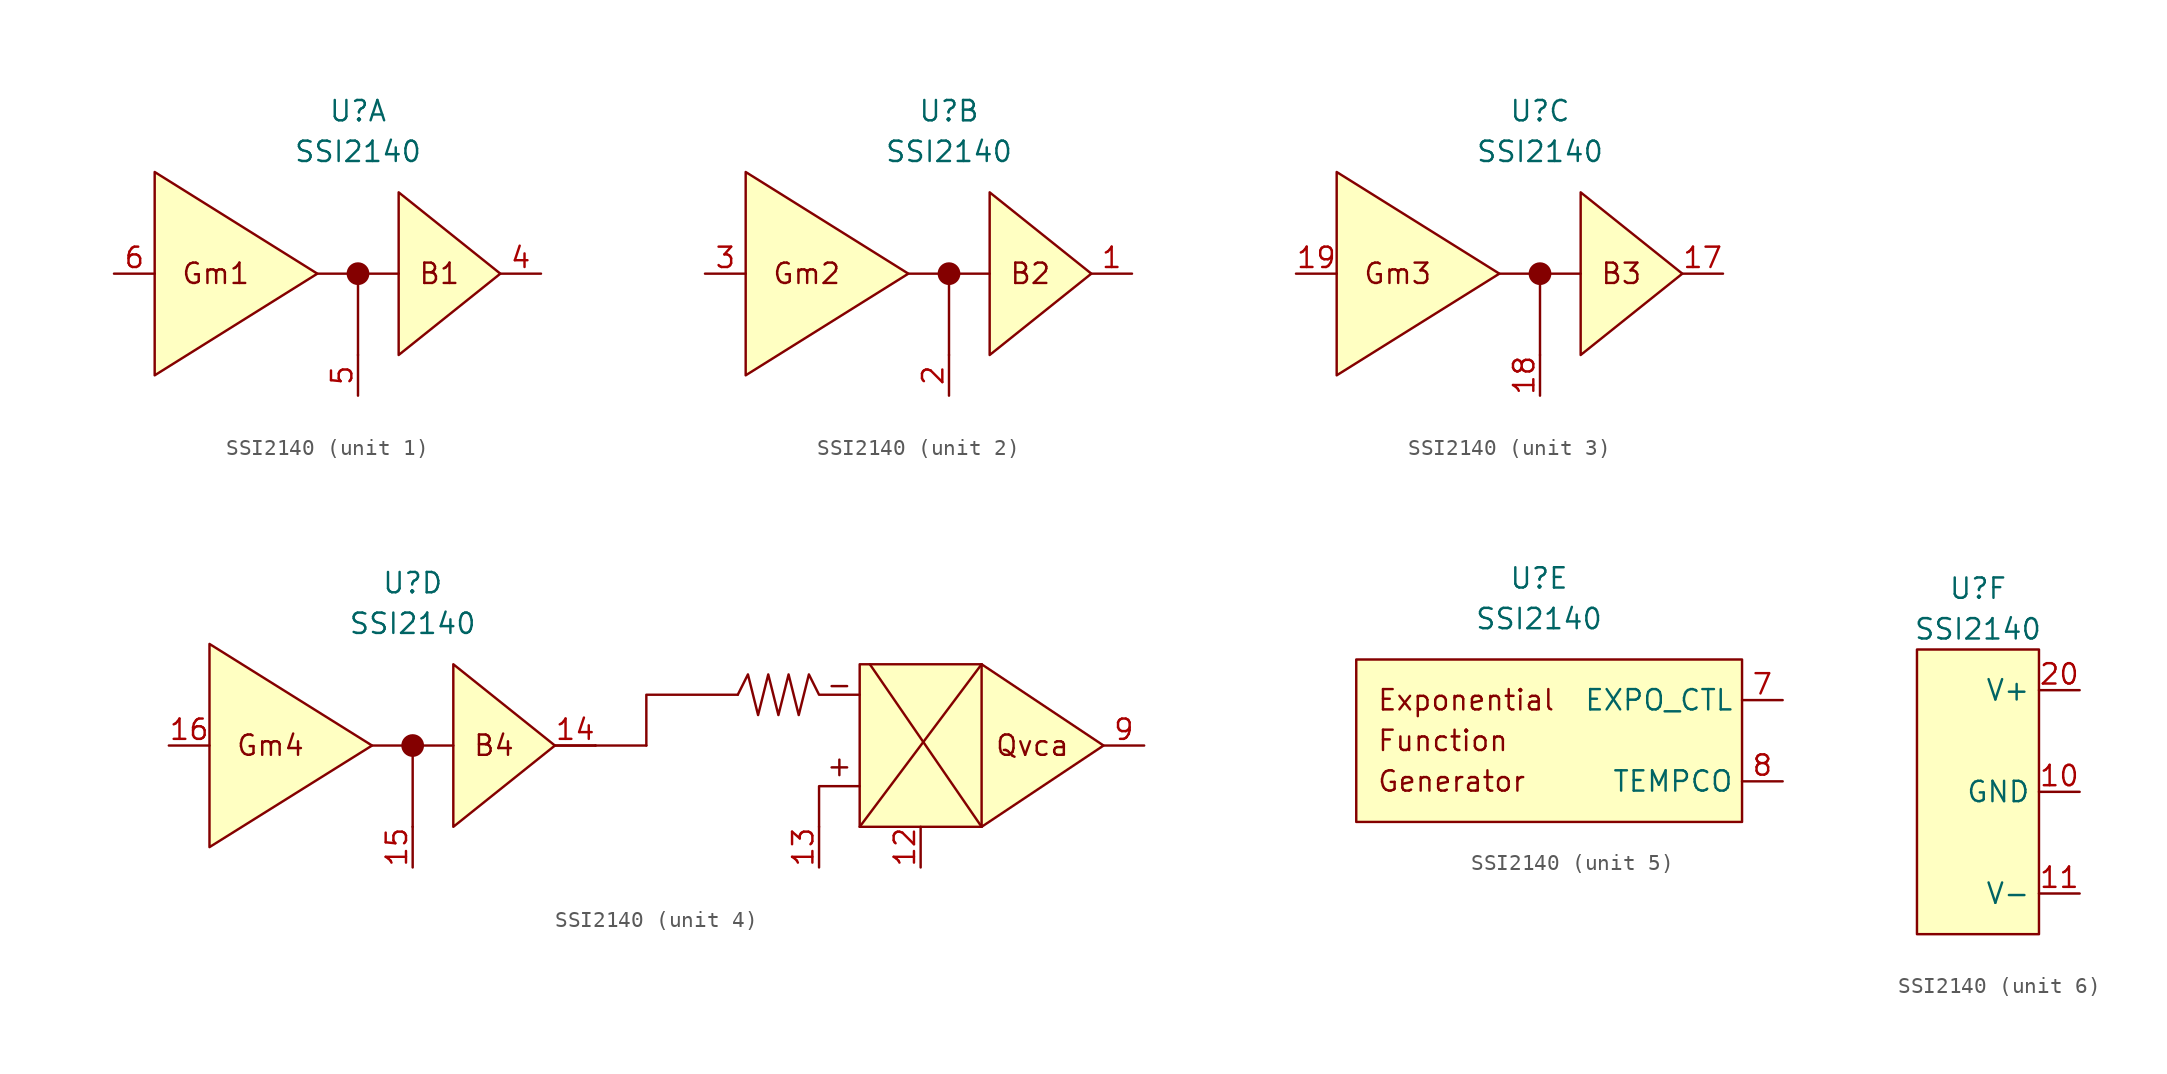
<source format=kicad_sym>
(kicad_symbol_lib
  (version 20211014)
  (generator kicad_symbol_editor)
  (symbol "SSI2140"
    (property "Reference" "U"
      (at 0 10.16 0)
      (effects (font (size 1.27 1.27))))
    (property "Value" "SSI2140"
      (at 0 7.62 0)
      (effects (font (size 1.27 1.27))))
    (property "ki_locked" ""
      (at 0 0 0)
      (effects (font (size 1.27 1.27))))
    (symbol "SSI2140_1_0"
      (polyline (pts (xy 0 0) (xy -2.54 0)) (stroke (width 0) (type default) (color 0 0 0 0)) (fill (type none)))
      (polyline (pts (xy 0 -5.08) (xy 0 0) (xy 2.54 0)) (stroke (width 0) (type default) (color 0 0 0 0)) (fill (type none)))
      (polyline (pts (xy -2.54 0) (xy -12.7 6.35) (xy -12.7 -6.35) (xy -2.54 0)) (stroke (width 0) (type default) (color 0 0 0 0)) (fill (type background)))
      (text "B1" (at 5.08 0 0) (effects (font (size 1.27 1.27))))
      (text "Gm1" (at -8.89 0 0) (effects (font (size 1.27 1.27)))))
    (symbol "SSI2140_1_1"
      (polyline (pts (xy 8.89 0) (xy 2.54 5.08) (xy 2.54 -5.08) (xy 8.89 0)) (stroke (width 0) (type default) (color 0 0 0 0)) (fill (type background)))
      (circle (center 0 0) (radius 0.635) (stroke (width 0) (type default) (color 0 0 0 0)) (fill (type outline)))
      (pin output line (at 11.43 0 180) (length 2.54) (name "" (effects (font (size 1.27 1.27)))) (number "4" (effects (font (size 1.27 1.27)))))
      (pin input line (at 0 -7.62 90) (length 2.54) (name "" (effects (font (size 1.27 1.27)))) (number "5" (effects (font (size 1.27 1.27)))))
      (pin input line (at -15.24 0 0) (length 2.54) (name "" (effects (font (size 1.27 1.27)))) (number "6" (effects (font (size 1.27 1.27))))))
    (symbol "SSI2140_2_0"
      (polyline (pts (xy 0 0) (xy -2.54 0)) (stroke (width 0) (type default) (color 0 0 0 0)) (fill (type none)))
      (polyline (pts (xy 0 -5.08) (xy 0 0) (xy 2.54 0)) (stroke (width 0) (type default) (color 0 0 0 0)) (fill (type none)))
      (polyline (pts (xy -2.54 0) (xy -12.7 6.35) (xy -12.7 -6.35) (xy -2.54 0)) (stroke (width 0) (type default) (color 0 0 0 0)) (fill (type background)))
      (text "B2" (at 5.08 0 0) (effects (font (size 1.27 1.27))))
      (text "Gm2" (at -8.89 0 0) (effects (font (size 1.27 1.27)))))
    (symbol "SSI2140_2_1"
      (polyline (pts (xy 8.89 0) (xy 2.54 5.08) (xy 2.54 -5.08) (xy 8.89 0)) (stroke (width 0) (type default) (color 0 0 0 0)) (fill (type background)))
      (circle (center 0 0) (radius 0.635) (stroke (width 0) (type default) (color 0 0 0 0)) (fill (type outline)))
      (pin output line (at 11.43 0 180) (length 2.54) (name "" (effects (font (size 1.27 1.27)))) (number "1" (effects (font (size 1.27 1.27)))))
      (pin input line (at 0 -7.62 90) (length 2.54) (name "" (effects (font (size 1.27 1.27)))) (number "2" (effects (font (size 1.27 1.27)))))
      (pin input line (at -15.24 0 0) (length 2.54) (name "" (effects (font (size 1.27 1.27)))) (number "3" (effects (font (size 1.27 1.27))))))
    (symbol "SSI2140_3_0"
      (polyline (pts (xy 0 0) (xy -2.54 0)) (stroke (width 0) (type default) (color 0 0 0 0)) (fill (type none)))
      (polyline (pts (xy 0 -5.08) (xy 0 0) (xy 2.54 0)) (stroke (width 0) (type default) (color 0 0 0 0)) (fill (type none)))
      (polyline (pts (xy -2.54 0) (xy -12.7 6.35) (xy -12.7 -6.35) (xy -2.54 0)) (stroke (width 0) (type default) (color 0 0 0 0)) (fill (type background)))
      (text "B3" (at 5.08 0 0) (effects (font (size 1.27 1.27))))
      (text "Gm3" (at -8.89 0 0) (effects (font (size 1.27 1.27)))))
    (symbol "SSI2140_3_1"
      (polyline (pts (xy 8.89 0) (xy 2.54 5.08) (xy 2.54 -5.08) (xy 8.89 0)) (stroke (width 0) (type default) (color 0 0 0 0)) (fill (type background)))
      (circle (center 0 0) (radius 0.635) (stroke (width 0) (type default) (color 0 0 0 0)) (fill (type outline)))
      (pin output line (at 11.43 0 180) (length 2.54) (name "" (effects (font (size 1.27 1.27)))) (number "17" (effects (font (size 1.27 1.27)))))
      (pin input line (at 0 -7.62 90) (length 2.54) (name "" (effects (font (size 1.27 1.27)))) (number "18" (effects (font (size 1.27 1.27)))))
      (pin input line (at -15.24 0 0) (length 2.54) (name "" (effects (font (size 1.27 1.27)))) (number "19" (effects (font (size 1.27 1.27))))))
    (symbol "SSI2140_4_0"
      (polyline (pts (xy 0 0) (xy -2.54 0)) (stroke (width 0) (type default) (color 0 0 0 0)) (fill (type none)))
      (polyline (pts (xy 27.94 -5.08) (xy 35.56 5.08)) (stroke (width 0) (type default) (color 0 0 0 0)) (fill (type none)))
      (polyline (pts (xy 35.56 -5.08) (xy 28.575 5.08)) (stroke (width 0) (type default) (color 0 0 0 0)) (fill (type none)))
      (polyline (pts (xy 0 -5.08) (xy 0 0) (xy 2.54 0)) (stroke (width 0) (type default) (color 0 0 0 0)) (fill (type none)))
      (polyline (pts (xy 11.43 0) (xy 11.43 0) (xy 8.89 0)) (stroke (width 0) (type default) (color 0 0 0 0)) (fill (type none)))
      (polyline (pts (xy 20.32 3.175) (xy 14.605 3.175) (xy 14.605 0)) (stroke (width 0) (type default) (color 0 0 0 0)) (fill (type none)))
      (polyline (pts (xy 25.4 -5.08) (xy 25.4 -2.54) (xy 27.94 -2.54)) (stroke (width 0) (type default) (color 0 0 0 0)) (fill (type none)))
      (polyline (pts (xy -2.54 0) (xy -12.7 6.35) (xy -12.7 -6.35) (xy -2.54 0)) (stroke (width 0) (type default) (color 0 0 0 0)) (fill (type background)))
      (polyline (pts (xy 35.56 5.08) (xy 27.94 5.08) (xy 27.94 -5.08) (xy 35.56 -5.08)) (stroke (width 0) (type default) (color 0 0 0 0)) (fill (type background)))
      (polyline (pts (xy 43.18 0) (xy 35.56 5.08) (xy 35.56 -5.08) (xy 43.18 0)) (stroke (width 0) (type default) (color 0 0 0 0)) (fill (type background)))
      (polyline (pts (xy 20.32 3.175) (xy 20.955 4.445) (xy 21.59 1.905) (xy 22.225 4.445) (xy 22.86 1.905) (xy 23.495 4.445) (xy 24.13 1.905) (xy 24.765 4.445) (xy 25.4 3.175) (xy 27.94 3.175)) (stroke (width 0) (type default) (color 0 0 0 0)) (fill (type none)))
      (text "+" (at 26.67 -1.27 0) (effects (font (size 1.27 1.27))))
      (text "-" (at 26.67 3.81 0) (effects (font (size 1.27 1.27))))
      (text "B4" (at 5.08 0 0) (effects (font (size 1.27 1.27))))
      (text "Gm4" (at -8.89 0 0) (effects (font (size 1.27 1.27))))
      (text "Qvca" (at 38.735 0 0) (effects (font (size 1.27 1.27)))))
    (symbol "SSI2140_4_1"
      (polyline (pts (xy 11.43 0) (xy 14.605 0)) (stroke (width 0) (type default) (color 0 0 0 0)) (fill (type none)))
      (polyline (pts (xy 8.89 0) (xy 2.54 5.08) (xy 2.54 -5.08) (xy 8.89 0)) (stroke (width 0) (type default) (color 0 0 0 0)) (fill (type background)))
      (circle (center 0 0) (radius 0.635) (stroke (width 0) (type default) (color 0 0 0 0)) (fill (type outline)))
      (pin input line (at 31.75 -7.62 90) (length 2.54) (name "" (effects (font (size 1.27 1.27)))) (number "12" (effects (font (size 1.27 1.27)))))
      (pin input line (at 25.4 -7.62 90) (length 2.54) (name "" (effects (font (size 1.27 1.27)))) (number "13" (effects (font (size 1.27 1.27)))))
      (pin output line (at 11.43 0 180) (length 2.54) (name "" (effects (font (size 1.27 1.27)))) (number "14" (effects (font (size 1.27 1.27)))))
      (pin input line (at 0 -7.62 90) (length 2.54) (name "" (effects (font (size 1.27 1.27)))) (number "15" (effects (font (size 1.27 1.27)))))
      (pin input line (at -15.24 0 0) (length 2.54) (name "" (effects (font (size 1.27 1.27)))) (number "16" (effects (font (size 1.27 1.27)))))
      (pin output line (at 45.72 0 180) (length 2.54) (name "" (effects (font (size 1.27 1.27)))) (number "9" (effects (font (size 1.27 1.27))))))
    (symbol "SSI2140_5_0"
      (text "Exponential" (at -10.16 2.54 0) (effects (font (size 1.27 1.27)) (justify left)))
      (text "Function" (at -10.16 0 0) (effects (font (size 1.27 1.27)) (justify left)))
      (text "Generator" (at -10.16 -2.54 0) (effects (font (size 1.27 1.27)) (justify left))))
    (symbol "SSI2140_5_1"
      (rectangle (start -11.43 5.08) (end 12.7 -5.08) (stroke (width 0) (type default) (color 0 0 0 0)) (fill (type background)))
      (pin input line (at 15.24 2.54 180) (length 2.54) (name "EXPO_CTL" (effects (font (size 1.27 1.27)))) (number "7" (effects (font (size 1.27 1.27)))))
      (pin input line (at 15.24 -2.54 180) (length 2.54) (name "TEMPCO" (effects (font (size 1.27 1.27)))) (number "8" (effects (font (size 1.27 1.27))))))
    (symbol "SSI2140_6_0"
      (rectangle (start -3.81 6.35) (end 3.81 -11.43) (stroke (width 0) (type default) (color 0 0 0 0)) (fill (type background))))
    (symbol "SSI2140_6_1"
      (pin power_in line (at 6.35 -2.54 180) (length 2.54) (name "GND" (effects (font (size 1.27 1.27)))) (number "10" (effects (font (size 1.27 1.27)))))
      (pin power_in line (at 6.35 -8.89 180) (length 2.54) (name "V-" (effects (font (size 1.27 1.27)))) (number "11" (effects (font (size 1.27 1.27)))))
      (pin power_in line (at 6.35 3.81 180) (length 2.54) (name "V+" (effects (font (size 1.27 1.27)))) (number "20" (effects (font (size 1.27 1.27))))))))
</source>
